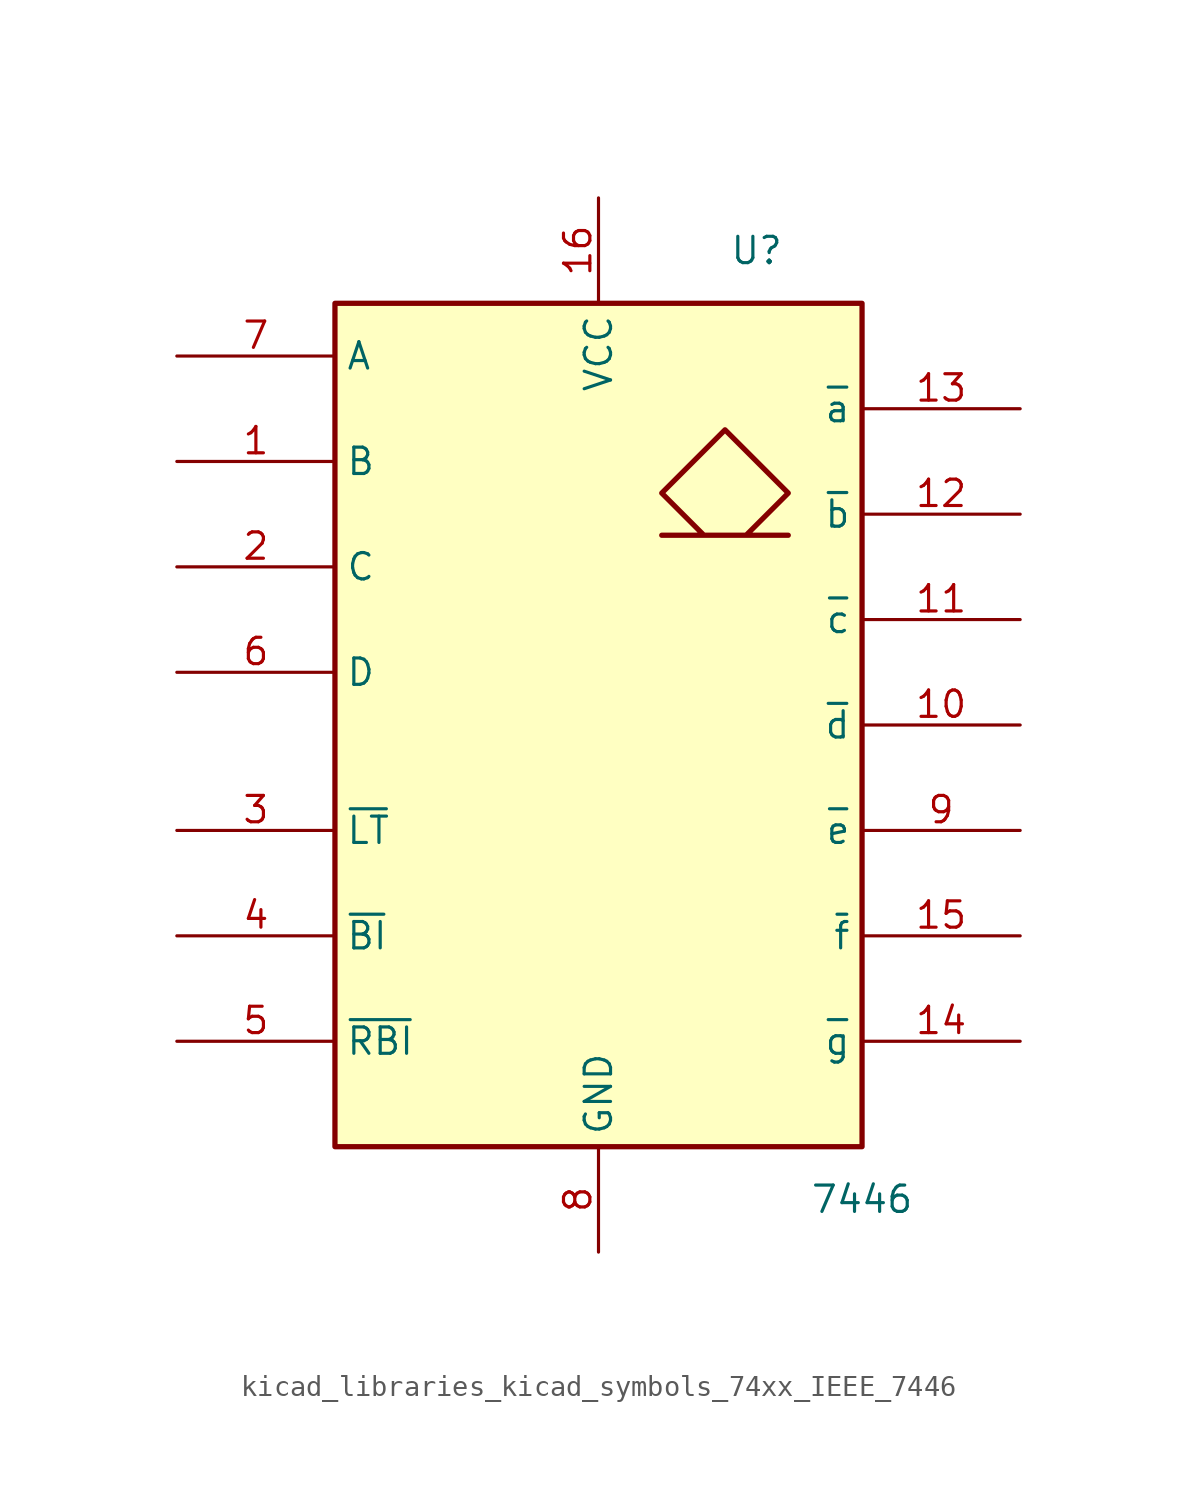
<source format=kicad_sym>
(kicad_symbol_lib
  (version 20220914)
  (generator kicad_symbol_editor)
  (symbol "kicad_libraries_kicad_symbols_74xx_IEEE_7446"
    (property "Reference" "U"
      (at 7.62 22.86 0)
      (effects (font (size 1.27 1.27))))
    (property "Value" "7446"
      (at 12.7 -22.86 0)
      (effects (font (size 1.27 1.27))))
    (symbol "kicad_libraries_kicad_symbols_74xx_IEEE_7446_0_0"
      (rectangle (start -12.7 20.32) (end 12.7 -20.32) (stroke (width 0.254) (type default)) (fill (type background)))
      (polyline (pts (xy 7.112 9.144) (xy 9.144 11.176) (xy 6.096 14.224) (xy 3.048 11.176) (xy 5.08 9.144) (xy 3.048 9.144) (xy 9.144 9.144) (xy 9.144 9.144)) (stroke (width 0.254) (type default)) (fill (type background)))
      (pin power_in line (at 0 25.4 270) (length 5.08) (name "VCC" (effects (font (size 1.27 1.27)))) (number "16" (effects (font (size 1.27 1.27)))))
      (pin power_in line (at 0 -25.4 90) (length 5.08) (name "GND" (effects (font (size 1.27 1.27)))) (number "8" (effects (font (size 1.27 1.27))))))
    (symbol "kicad_libraries_kicad_symbols_74xx_IEEE_7446_1_1"
      (pin input line (at -20.32 12.7 0) (length 7.62) (name "B" (effects (font (size 1.27 1.27)))) (number "1" (effects (font (size 1.27 1.27)))))
      (pin open_collector line (at 20.32 0 180) (length 7.62) (name "~{d}" (effects (font (size 1.27 1.27)))) (number "10" (effects (font (size 1.27 1.27)))))
      (pin open_collector line (at 20.32 5.08 180) (length 7.62) (name "~{c}" (effects (font (size 1.27 1.27)))) (number "11" (effects (font (size 1.27 1.27)))))
      (pin open_collector line (at 20.32 10.16 180) (length 7.62) (name "~{b}" (effects (font (size 1.27 1.27)))) (number "12" (effects (font (size 1.27 1.27)))))
      (pin open_collector line (at 20.32 15.24 180) (length 7.62) (name "~{a}" (effects (font (size 1.27 1.27)))) (number "13" (effects (font (size 1.27 1.27)))))
      (pin open_collector line (at 20.32 -15.24 180) (length 7.62) (name "~{g}" (effects (font (size 1.27 1.27)))) (number "14" (effects (font (size 1.27 1.27)))))
      (pin open_collector line (at 20.32 -10.16 180) (length 7.62) (name "~{f}" (effects (font (size 1.27 1.27)))) (number "15" (effects (font (size 1.27 1.27)))))
      (pin input line (at -20.32 7.62 0) (length 7.62) (name "C" (effects (font (size 1.27 1.27)))) (number "2" (effects (font (size 1.27 1.27)))))
      (pin input line (at -20.32 -5.08 0) (length 7.62) (name "~{LT}" (effects (font (size 1.27 1.27)))) (number "3" (effects (font (size 1.27 1.27)))))
      (pin input line (at -20.32 -10.16 0) (length 7.62) (name "~{BI}" (effects (font (size 1.27 1.27)))) (number "4" (effects (font (size 1.27 1.27)))))
      (pin input line (at -20.32 -15.24 0) (length 7.62) (name "~{RBI}" (effects (font (size 1.27 1.27)))) (number "5" (effects (font (size 1.27 1.27)))))
      (pin input line (at -20.32 2.54 0) (length 7.62) (name "D" (effects (font (size 1.27 1.27)))) (number "6" (effects (font (size 1.27 1.27)))))
      (pin input line (at -20.32 17.78 0) (length 7.62) (name "A" (effects (font (size 1.27 1.27)))) (number "7" (effects (font (size 1.27 1.27)))))
      (pin open_collector line (at 20.32 -5.08 180) (length 7.62) (name "~{e}" (effects (font (size 1.27 1.27)))) (number "9" (effects (font (size 1.27 1.27))))))))
</source>
